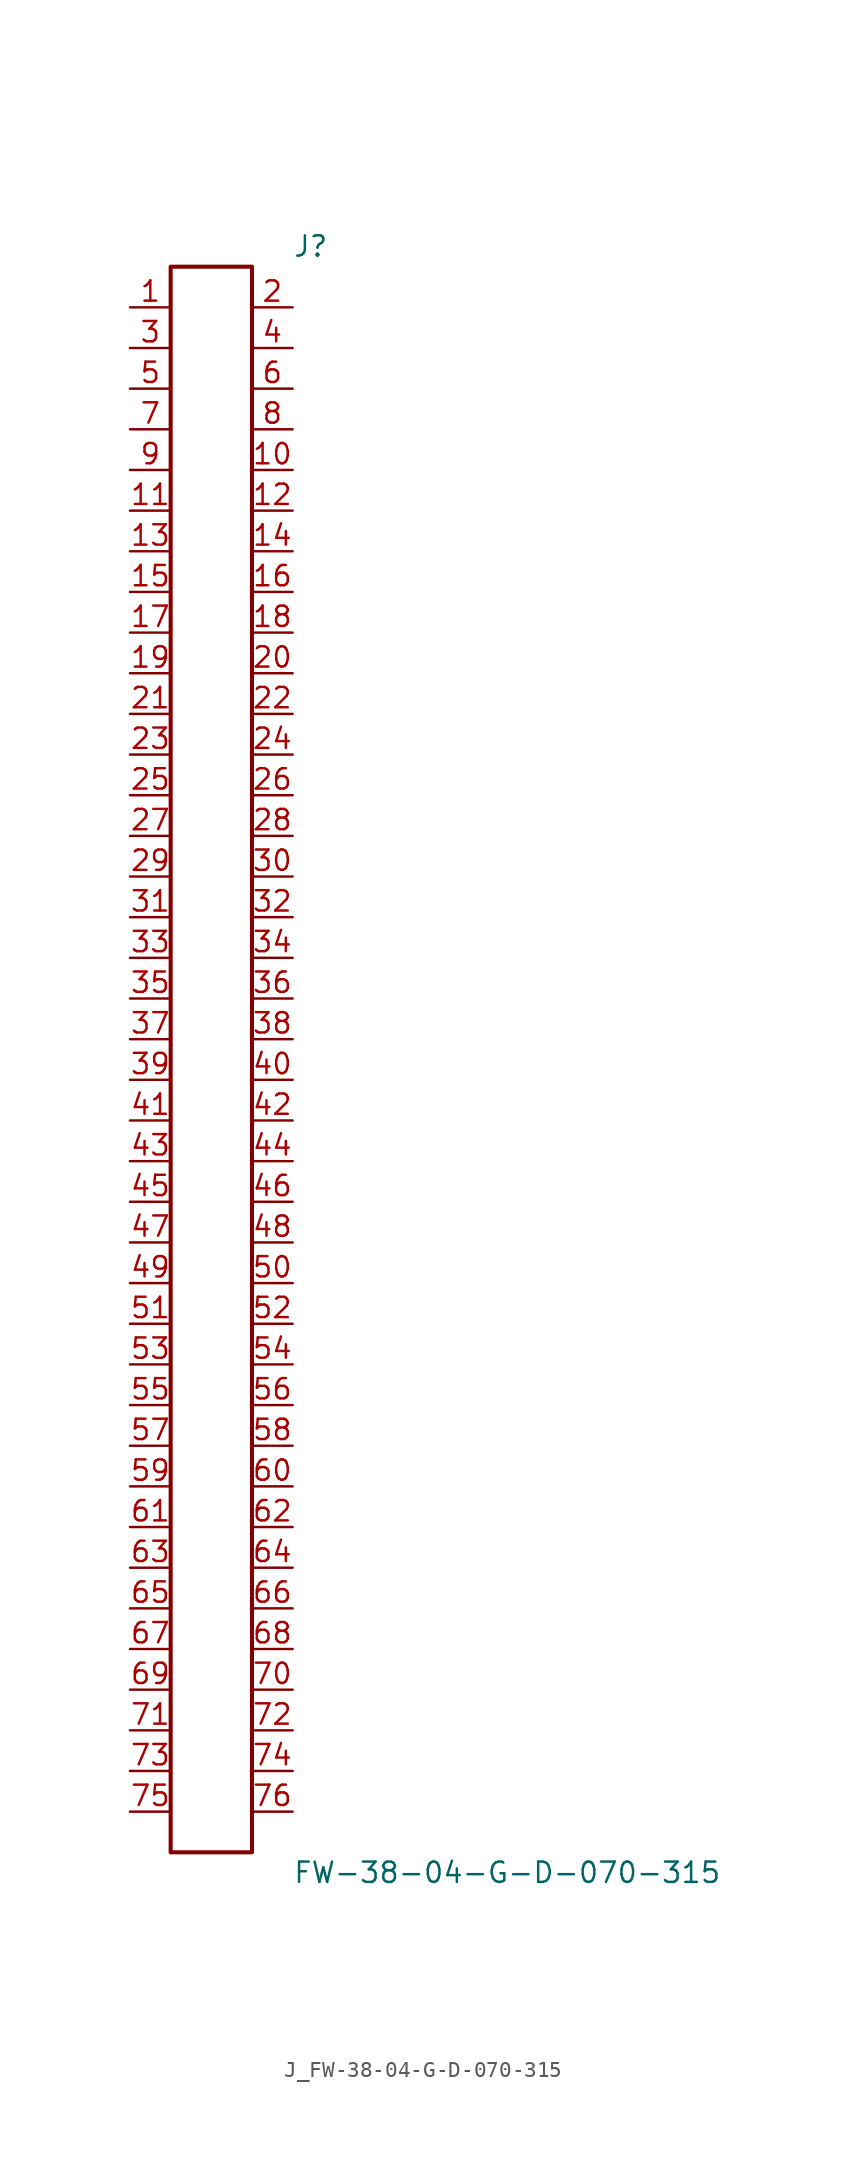
<source format=kicad_sym>
(kicad_symbol_lib
  (version 20231120)
  (generator kicad_symbol_editor)
  (generator_version 8.0)
  (symbol "J_FW-38-04-G-D-070-315"
    (pin_names
      (offset 0.254))
    (property "Reference" "J"
      (at 5.08 50.8 0)
      (effects (font (size 1.27 1.27)) (justify left)))
    (property "Value" "FW-38-04-G-D-070-315"
      (at 5.08 -50.8 0)
      (effects (font (size 1.27 1.27)) (justify left)))
    (symbol "J_FW-38-04-G-D-070-315_0_0"
      (pin passive line (at -5.08 46.99 0) (length 2.54) (name "" (effects (font (size 1.27 1.27)))) (number "1" (effects (font (size 1.27 1.27)))))
      (pin passive line (at 5.08 46.99 180) (length 2.54) (name "" (effects (font (size 1.27 1.27)))) (number "2" (effects (font (size 1.27 1.27)))))
      (pin passive line (at -5.08 44.45 0) (length 2.54) (name "" (effects (font (size 1.27 1.27)))) (number "3" (effects (font (size 1.27 1.27)))))
      (pin passive line (at 5.08 44.45 180) (length 2.54) (name "" (effects (font (size 1.27 1.27)))) (number "4" (effects (font (size 1.27 1.27)))))
      (pin passive line (at -5.08 41.91 0) (length 2.54) (name "" (effects (font (size 1.27 1.27)))) (number "5" (effects (font (size 1.27 1.27)))))
      (pin passive line (at 5.08 41.91 180) (length 2.54) (name "" (effects (font (size 1.27 1.27)))) (number "6" (effects (font (size 1.27 1.27)))))
      (pin passive line (at -5.08 39.37 0) (length 2.54) (name "" (effects (font (size 1.27 1.27)))) (number "7" (effects (font (size 1.27 1.27)))))
      (pin passive line (at 5.08 39.37 180) (length 2.54) (name "" (effects (font (size 1.27 1.27)))) (number "8" (effects (font (size 1.27 1.27)))))
      (pin passive line (at -5.08 36.83 0) (length 2.54) (name "" (effects (font (size 1.27 1.27)))) (number "9" (effects (font (size 1.27 1.27)))))
      (pin passive line (at 5.08 36.83 180) (length 2.54) (name "" (effects (font (size 1.27 1.27)))) (number "10" (effects (font (size 1.27 1.27)))))
      (pin passive line (at -5.08 34.29 0) (length 2.54) (name "" (effects (font (size 1.27 1.27)))) (number "11" (effects (font (size 1.27 1.27)))))
      (pin passive line (at 5.08 34.29 180) (length 2.54) (name "" (effects (font (size 1.27 1.27)))) (number "12" (effects (font (size 1.27 1.27)))))
      (pin passive line (at -5.08 31.75 0) (length 2.54) (name "" (effects (font (size 1.27 1.27)))) (number "13" (effects (font (size 1.27 1.27)))))
      (pin passive line (at 5.08 31.75 180) (length 2.54) (name "" (effects (font (size 1.27 1.27)))) (number "14" (effects (font (size 1.27 1.27)))))
      (pin passive line (at -5.08 29.21 0) (length 2.54) (name "" (effects (font (size 1.27 1.27)))) (number "15" (effects (font (size 1.27 1.27)))))
      (pin passive line (at 5.08 29.21 180) (length 2.54) (name "" (effects (font (size 1.27 1.27)))) (number "16" (effects (font (size 1.27 1.27)))))
      (pin passive line (at -5.08 26.67 0) (length 2.54) (name "" (effects (font (size 1.27 1.27)))) (number "17" (effects (font (size 1.27 1.27)))))
      (pin passive line (at 5.08 26.67 180) (length 2.54) (name "" (effects (font (size 1.27 1.27)))) (number "18" (effects (font (size 1.27 1.27)))))
      (pin passive line (at -5.08 24.13 0) (length 2.54) (name "" (effects (font (size 1.27 1.27)))) (number "19" (effects (font (size 1.27 1.27)))))
      (pin passive line (at 5.08 24.13 180) (length 2.54) (name "" (effects (font (size 1.27 1.27)))) (number "20" (effects (font (size 1.27 1.27)))))
      (pin passive line (at -5.08 21.59 0) (length 2.54) (name "" (effects (font (size 1.27 1.27)))) (number "21" (effects (font (size 1.27 1.27)))))
      (pin passive line (at 5.08 21.59 180) (length 2.54) (name "" (effects (font (size 1.27 1.27)))) (number "22" (effects (font (size 1.27 1.27)))))
      (pin passive line (at -5.08 19.05 0) (length 2.54) (name "" (effects (font (size 1.27 1.27)))) (number "23" (effects (font (size 1.27 1.27)))))
      (pin passive line (at 5.08 19.05 180) (length 2.54) (name "" (effects (font (size 1.27 1.27)))) (number "24" (effects (font (size 1.27 1.27)))))
      (pin passive line (at -5.08 16.51 0) (length 2.54) (name "" (effects (font (size 1.27 1.27)))) (number "25" (effects (font (size 1.27 1.27)))))
      (pin passive line (at 5.08 16.51 180) (length 2.54) (name "" (effects (font (size 1.27 1.27)))) (number "26" (effects (font (size 1.27 1.27)))))
      (pin passive line (at -5.08 13.97 0) (length 2.54) (name "" (effects (font (size 1.27 1.27)))) (number "27" (effects (font (size 1.27 1.27)))))
      (pin passive line (at 5.08 13.97 180) (length 2.54) (name "" (effects (font (size 1.27 1.27)))) (number "28" (effects (font (size 1.27 1.27)))))
      (pin passive line (at -5.08 11.43 0) (length 2.54) (name "" (effects (font (size 1.27 1.27)))) (number "29" (effects (font (size 1.27 1.27)))))
      (pin passive line (at 5.08 11.43 180) (length 2.54) (name "" (effects (font (size 1.27 1.27)))) (number "30" (effects (font (size 1.27 1.27)))))
      (pin passive line (at -5.08 8.89 0) (length 2.54) (name "" (effects (font (size 1.27 1.27)))) (number "31" (effects (font (size 1.27 1.27)))))
      (pin passive line (at 5.08 8.89 180) (length 2.54) (name "" (effects (font (size 1.27 1.27)))) (number "32" (effects (font (size 1.27 1.27)))))
      (pin passive line (at -5.08 6.35 0) (length 2.54) (name "" (effects (font (size 1.27 1.27)))) (number "33" (effects (font (size 1.27 1.27)))))
      (pin passive line (at 5.08 6.35 180) (length 2.54) (name "" (effects (font (size 1.27 1.27)))) (number "34" (effects (font (size 1.27 1.27)))))
      (pin passive line (at -5.08 3.81 0) (length 2.54) (name "" (effects (font (size 1.27 1.27)))) (number "35" (effects (font (size 1.27 1.27)))))
      (pin passive line (at 5.08 3.81 180) (length 2.54) (name "" (effects (font (size 1.27 1.27)))) (number "36" (effects (font (size 1.27 1.27)))))
      (pin passive line (at -5.08 1.27 0) (length 2.54) (name "" (effects (font (size 1.27 1.27)))) (number "37" (effects (font (size 1.27 1.27)))))
      (pin passive line (at 5.08 1.27 180) (length 2.54) (name "" (effects (font (size 1.27 1.27)))) (number "38" (effects (font (size 1.27 1.27)))))
      (pin passive line (at -5.08 -1.27 0) (length 2.54) (name "" (effects (font (size 1.27 1.27)))) (number "39" (effects (font (size 1.27 1.27)))))
      (pin passive line (at 5.08 -1.27 180) (length 2.54) (name "" (effects (font (size 1.27 1.27)))) (number "40" (effects (font (size 1.27 1.27)))))
      (pin passive line (at -5.08 -3.81 0) (length 2.54) (name "" (effects (font (size 1.27 1.27)))) (number "41" (effects (font (size 1.27 1.27)))))
      (pin passive line (at 5.08 -3.81 180) (length 2.54) (name "" (effects (font (size 1.27 1.27)))) (number "42" (effects (font (size 1.27 1.27)))))
      (pin passive line (at -5.08 -6.35 0) (length 2.54) (name "" (effects (font (size 1.27 1.27)))) (number "43" (effects (font (size 1.27 1.27)))))
      (pin passive line (at 5.08 -6.35 180) (length 2.54) (name "" (effects (font (size 1.27 1.27)))) (number "44" (effects (font (size 1.27 1.27)))))
      (pin passive line (at -5.08 -8.89 0) (length 2.54) (name "" (effects (font (size 1.27 1.27)))) (number "45" (effects (font (size 1.27 1.27)))))
      (pin passive line (at 5.08 -8.89 180) (length 2.54) (name "" (effects (font (size 1.27 1.27)))) (number "46" (effects (font (size 1.27 1.27)))))
      (pin passive line (at -5.08 -11.43 0) (length 2.54) (name "" (effects (font (size 1.27 1.27)))) (number "47" (effects (font (size 1.27 1.27)))))
      (pin passive line (at 5.08 -11.43 180) (length 2.54) (name "" (effects (font (size 1.27 1.27)))) (number "48" (effects (font (size 1.27 1.27)))))
      (pin passive line (at -5.08 -13.97 0) (length 2.54) (name "" (effects (font (size 1.27 1.27)))) (number "49" (effects (font (size 1.27 1.27)))))
      (pin passive line (at 5.08 -13.97 180) (length 2.54) (name "" (effects (font (size 1.27 1.27)))) (number "50" (effects (font (size 1.27 1.27)))))
      (pin passive line (at -5.08 -16.51 0) (length 2.54) (name "" (effects (font (size 1.27 1.27)))) (number "51" (effects (font (size 1.27 1.27)))))
      (pin passive line (at 5.08 -16.51 180) (length 2.54) (name "" (effects (font (size 1.27 1.27)))) (number "52" (effects (font (size 1.27 1.27)))))
      (pin passive line (at -5.08 -19.05 0) (length 2.54) (name "" (effects (font (size 1.27 1.27)))) (number "53" (effects (font (size 1.27 1.27)))))
      (pin passive line (at 5.08 -19.05 180) (length 2.54) (name "" (effects (font (size 1.27 1.27)))) (number "54" (effects (font (size 1.27 1.27)))))
      (pin passive line (at -5.08 -21.59 0) (length 2.54) (name "" (effects (font (size 1.27 1.27)))) (number "55" (effects (font (size 1.27 1.27)))))
      (pin passive line (at 5.08 -21.59 180) (length 2.54) (name "" (effects (font (size 1.27 1.27)))) (number "56" (effects (font (size 1.27 1.27)))))
      (pin passive line (at -5.08 -24.13 0) (length 2.54) (name "" (effects (font (size 1.27 1.27)))) (number "57" (effects (font (size 1.27 1.27)))))
      (pin passive line (at 5.08 -24.13 180) (length 2.54) (name "" (effects (font (size 1.27 1.27)))) (number "58" (effects (font (size 1.27 1.27)))))
      (pin passive line (at -5.08 -26.67 0) (length 2.54) (name "" (effects (font (size 1.27 1.27)))) (number "59" (effects (font (size 1.27 1.27)))))
      (pin passive line (at 5.08 -26.67 180) (length 2.54) (name "" (effects (font (size 1.27 1.27)))) (number "60" (effects (font (size 1.27 1.27)))))
      (pin passive line (at -5.08 -29.21 0) (length 2.54) (name "" (effects (font (size 1.27 1.27)))) (number "61" (effects (font (size 1.27 1.27)))))
      (pin passive line (at 5.08 -29.21 180) (length 2.54) (name "" (effects (font (size 1.27 1.27)))) (number "62" (effects (font (size 1.27 1.27)))))
      (pin passive line (at -5.08 -31.75 0) (length 2.54) (name "" (effects (font (size 1.27 1.27)))) (number "63" (effects (font (size 1.27 1.27)))))
      (pin passive line (at 5.08 -31.75 180) (length 2.54) (name "" (effects (font (size 1.27 1.27)))) (number "64" (effects (font (size 1.27 1.27)))))
      (pin passive line (at -5.08 -34.29 0) (length 2.54) (name "" (effects (font (size 1.27 1.27)))) (number "65" (effects (font (size 1.27 1.27)))))
      (pin passive line (at 5.08 -34.29 180) (length 2.54) (name "" (effects (font (size 1.27 1.27)))) (number "66" (effects (font (size 1.27 1.27)))))
      (pin passive line (at -5.08 -36.83 0) (length 2.54) (name "" (effects (font (size 1.27 1.27)))) (number "67" (effects (font (size 1.27 1.27)))))
      (pin passive line (at 5.08 -36.83 180) (length 2.54) (name "" (effects (font (size 1.27 1.27)))) (number "68" (effects (font (size 1.27 1.27)))))
      (pin passive line (at -5.08 -39.37 0) (length 2.54) (name "" (effects (font (size 1.27 1.27)))) (number "69" (effects (font (size 1.27 1.27)))))
      (pin passive line (at 5.08 -39.37 180) (length 2.54) (name "" (effects (font (size 1.27 1.27)))) (number "70" (effects (font (size 1.27 1.27)))))
      (pin passive line (at -5.08 -41.91 0) (length 2.54) (name "" (effects (font (size 1.27 1.27)))) (number "71" (effects (font (size 1.27 1.27)))))
      (pin passive line (at 5.08 -41.91 180) (length 2.54) (name "" (effects (font (size 1.27 1.27)))) (number "72" (effects (font (size 1.27 1.27)))))
      (pin passive line (at -5.08 -44.45 0) (length 2.54) (name "" (effects (font (size 1.27 1.27)))) (number "73" (effects (font (size 1.27 1.27)))))
      (pin passive line (at 5.08 -44.45 180) (length 2.54) (name "" (effects (font (size 1.27 1.27)))) (number "74" (effects (font (size 1.27 1.27)))))
      (pin passive line (at -5.08 -46.99 0) (length 2.54) (name "" (effects (font (size 1.27 1.27)))) (number "75" (effects (font (size 1.27 1.27)))))
      (pin passive line (at 5.08 -46.99 180) (length 2.54) (name "" (effects (font (size 1.27 1.27)))) (number "76" (effects (font (size 1.27 1.27))))))
    (symbol "J_FW-38-04-G-D-070-315_1_0"
      (rectangle (start -2.54 49.53) (end 2.54 -49.53) (stroke (width 0.254) (type solid)) (fill (type none))))))
</source>
